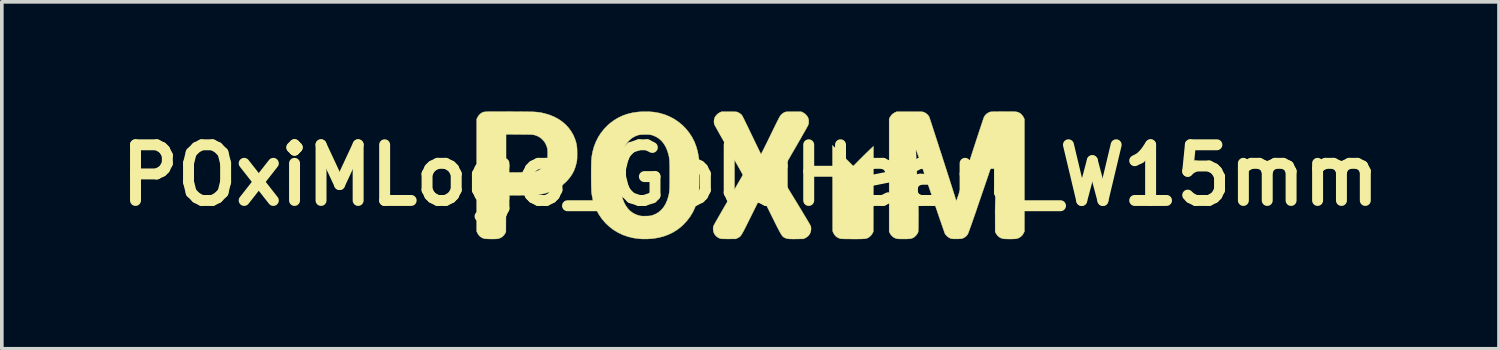
<source format=kicad_pcb>
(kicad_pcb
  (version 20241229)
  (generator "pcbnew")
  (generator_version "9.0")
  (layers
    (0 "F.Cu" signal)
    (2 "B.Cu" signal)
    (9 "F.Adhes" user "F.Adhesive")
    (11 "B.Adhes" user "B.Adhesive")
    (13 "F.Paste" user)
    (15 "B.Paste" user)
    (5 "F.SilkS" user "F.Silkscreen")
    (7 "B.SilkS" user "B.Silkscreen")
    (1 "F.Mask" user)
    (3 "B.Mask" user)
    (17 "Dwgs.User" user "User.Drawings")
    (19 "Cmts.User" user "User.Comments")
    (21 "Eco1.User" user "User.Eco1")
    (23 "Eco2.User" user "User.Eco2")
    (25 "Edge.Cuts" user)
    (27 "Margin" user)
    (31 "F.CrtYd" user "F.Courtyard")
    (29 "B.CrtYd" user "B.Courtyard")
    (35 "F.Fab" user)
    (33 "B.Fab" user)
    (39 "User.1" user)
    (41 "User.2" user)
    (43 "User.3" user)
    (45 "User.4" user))
  (footprint "POxiMLogo_GoldHeart_W15mm"
    (layer "F.Cu")
    (at 17.497 1.749)
    (property "Reference" "POxiMLogo_GoldHeart_W15mm" (at 0 0 0) (layer "F.SilkS") (effects (font (size 1.524 1.524) (thickness 0.3))))
    (attr through_hole)
    (fp_poly (pts (xy 2.626 -1.724) (xy 2.681 -1.699) (xy 2.708 -1.681) (xy 2.742 -1.648) (xy 2.774 -1.606) (xy 2.797 -1.56) (xy 2.807 -1.532) (xy 2.818 -1.49) (xy 2.823 -1.517) (xy 2.841 -1.568) (xy 2.871 -1.619) (xy 2.91 -1.664) (xy 2.956 -1.7) (xy 2.985 -1.717) (xy 3.021 -1.728) (xy 3.066 -1.734) (xy 3.114 -1.735) (xy 3.16 -1.731) (xy 3.2 -1.721) (xy 3.21 -1.717) (xy 3.249 -1.694) (xy 3.288 -1.66) (xy 3.323 -1.622) (xy 3.349 -1.583) (xy 3.351 -1.578) (xy 3.362 -1.553) (xy 3.368 -1.53) (xy 3.371 -1.503) (xy 3.372 -1.471) (xy 3.371 -1.436) (xy 3.366 -1.405) (xy 3.356 -1.374) (xy 3.339 -1.342) (xy 3.316 -1.305) (xy 3.283 -1.259) (xy 3.278 -1.252) (xy 3.264 -1.235) (xy 3.241 -1.209) (xy 3.212 -1.177) (xy 3.177 -1.139) (xy 3.138 -1.098) (xy 3.096 -1.054) (xy 3.053 -1.009) (xy 3.01 -0.965) (xy 2.968 -0.922) (xy 2.929 -0.882) (xy 2.893 -0.847) (xy 2.863 -0.817) (xy 2.839 -0.795) (xy 2.824 -0.781) (xy 2.818 -0.777) (xy 2.811 -0.783) (xy 2.794 -0.797) (xy 2.77 -0.821) (xy 2.739 -0.851) (xy 2.702 -0.887) (xy 2.661 -0.928) (xy 2.626 -0.962) (xy 2.553 -1.037) (xy 2.49 -1.102) (xy 2.437 -1.16) (xy 2.393 -1.21) (xy 2.357 -1.256) (xy 2.328 -1.296) (xy 2.304 -1.333) (xy 2.289 -1.361) (xy 2.274 -1.394) (xy 2.265 -1.419) (xy 2.261 -1.442) (xy 2.26 -1.468) (xy 2.268 -1.529) (xy 2.288 -1.584) (xy 2.319 -1.632) (xy 2.358 -1.672) (xy 2.405 -1.703) (xy 2.457 -1.725) (xy 2.512 -1.736) (xy 2.569 -1.736) (xy 2.626 -1.724)) (stroke (width 0.01) (type solid)) (fill yes) (layer "F.Mask"))
    (fp_poly (pts (xy 2.532 -0.535) (xy 2.816 -0.251) (xy 3.003 -0.439) (xy 3.051 -0.487) (xy 3.101 -0.537) (xy 3.15 -0.585) (xy 3.195 -0.629) (xy 3.235 -0.668) (xy 3.267 -0.699) (xy 3.279 -0.71) (xy 3.369 -0.794) (xy 3.367 0.374) (xy 3.365 1.543) (xy 3.348 1.579) (xy 3.326 1.616) (xy 3.296 1.653) (xy 3.261 1.685) (xy 3.227 1.709) (xy 3.224 1.711) (xy 3.206 1.719) (xy 3.189 1.726) (xy 3.17 1.731) (xy 3.147 1.736) (xy 3.12 1.739) (xy 3.086 1.741) (xy 3.044 1.743) (xy 2.992 1.744) (xy 2.93 1.745) (xy 2.854 1.745) (xy 2.802 1.745) (xy 2.721 1.744) (xy 2.654 1.744) (xy 2.598 1.743) (xy 2.554 1.742) (xy 2.52 1.741) (xy 2.493 1.739) (xy 2.473 1.737) (xy 2.458 1.734) (xy 2.454 1.733) (xy 2.394 1.709) (xy 2.342 1.674) (xy 2.3 1.627) (xy 2.269 1.571) (xy 2.269 1.571) (xy 2.252 1.528) (xy 2.25 0.354) (xy 2.248 -0.819) (xy 2.532 -0.535)) (stroke (width 0.01) (type solid)) (fill yes) (layer "F.SilkS"))
    (fp_poly (pts (xy -6.816 -1.744) (xy -6.713 -1.744) (xy -6.595 -1.743) (xy -6.565 -1.743) (xy -6.443 -1.742) (xy -6.335 -1.742) (xy -6.24 -1.741) (xy -6.156 -1.74) (xy -6.083 -1.739) (xy -6.02 -1.738) (xy -5.965 -1.737) (xy -5.918 -1.735) (xy -5.876 -1.732) (xy -5.84 -1.729) (xy -5.807 -1.726) (xy -5.777 -1.722) (xy -5.748 -1.717) (xy -5.72 -1.712) (xy -5.691 -1.705) (xy -5.66 -1.698) (xy -5.634 -1.692) (xy -5.502 -1.653) (xy -5.378 -1.603) (xy -5.263 -1.542) (xy -5.158 -1.471) (xy -5.063 -1.39) (xy -4.979 -1.3) (xy -4.907 -1.201) (xy -4.846 -1.095) (xy -4.802 -0.988) (xy -4.784 -0.934) (xy -4.77 -0.884) (xy -4.759 -0.835) (xy -4.752 -0.785) (xy -4.747 -0.729) (xy -4.745 -0.665) (xy -4.744 -0.594) (xy -4.745 -0.535) (xy -4.745 -0.489) (xy -4.747 -0.452) (xy -4.749 -0.421) (xy -4.752 -0.394) (xy -4.757 -0.367) (xy -4.761 -0.345) (xy -4.792 -0.231) (xy -4.83 -0.128) (xy -4.88 -0.033) (xy -4.94 0.057) (xy -5.014 0.144) (xy -5.045 0.176) (xy -5.134 0.257) (xy -5.23 0.328) (xy -5.333 0.388) (xy -5.445 0.439) (xy -5.567 0.48) (xy -5.7 0.513) (xy -5.8 0.531) (xy -5.821 0.534) (xy -5.847 0.536) (xy -5.877 0.538) (xy -5.914 0.54) (xy -5.959 0.542) (xy -6.013 0.543) (xy -6.077 0.544) (xy -6.153 0.545) (xy -6.243 0.546) (xy -6.285 0.547) (xy -6.691 0.55) (xy -6.693 1.05) (xy -6.695 1.551) (xy -6.716 1.592) (xy -6.753 1.646) (xy -6.8 1.689) (xy -6.856 1.72) (xy -6.914 1.738) (xy -6.938 1.741) (xy -6.974 1.743) (xy -7.018 1.744) (xy -7.067 1.745) (xy -7.119 1.744) (xy -7.169 1.743) (xy -7.215 1.741) (xy -7.253 1.739) (xy -7.281 1.736) (xy -7.289 1.734) (xy -7.349 1.712) (xy -7.402 1.677) (xy -7.445 1.631) (xy -7.473 1.583) (xy -7.495 1.536) (xy -7.495 -0.075) (xy -6.691 -0.075) (xy -6.32 -0.078) (xy -6.234 -0.079) (xy -6.163 -0.079) (xy -6.104 -0.08) (xy -6.056 -0.081) (xy -6.017 -0.082) (xy -5.987 -0.083) (xy -5.962 -0.084) (xy -5.943 -0.086) (xy -5.927 -0.089) (xy -5.914 -0.092) (xy -5.901 -0.095) (xy -5.891 -0.098) (xy -5.81 -0.13) (xy -5.738 -0.174) (xy -5.677 -0.228) (xy -5.627 -0.293) (xy -5.587 -0.369) (xy -5.574 -0.406) (xy -5.565 -0.432) (xy -5.56 -0.455) (xy -5.556 -0.478) (xy -5.554 -0.506) (xy -5.553 -0.542) (xy -5.552 -0.587) (xy -5.553 -0.648) (xy -5.556 -0.698) (xy -5.562 -0.74) (xy -5.573 -0.779) (xy -5.588 -0.819) (xy -5.607 -0.861) (xy -5.631 -0.903) (xy -5.662 -0.943) (xy -5.693 -0.976) (xy -5.743 -1.021) (xy -5.794 -1.056) (xy -5.852 -1.082) (xy -5.899 -1.098) (xy -5.912 -1.102) (xy -5.925 -1.106) (xy -5.94 -1.108) (xy -5.957 -1.111) (xy -5.978 -1.112) (xy -6.004 -1.114) (xy -6.038 -1.115) (xy -6.08 -1.116) (xy -6.132 -1.117) (xy -6.196 -1.117) (xy -6.272 -1.118) (xy -6.323 -1.118) (xy -6.691 -1.121) (xy -6.691 -0.075) (xy -7.495 -0.075) (xy -7.495 -1.536) (xy -7.473 -1.583) (xy -7.445 -1.629) (xy -7.407 -1.672) (xy -7.364 -1.705) (xy -7.349 -1.713) (xy -7.338 -1.719) (xy -7.326 -1.724) (xy -7.314 -1.728) (xy -7.299 -1.732) (xy -7.281 -1.735) (xy -7.259 -1.738) (xy -7.232 -1.74) (xy -7.199 -1.741) (xy -7.158 -1.743) (xy -7.11 -1.744) (xy -7.053 -1.744) (xy -6.985 -1.744) (xy -6.907 -1.744) (xy -6.816 -1.744)) (stroke (width 0.01) (type solid)) (fill yes) (layer "F.SilkS"))
    (fp_poly (pts (xy -2.789 -1.742) (xy -2.635 -1.729) (xy -2.488 -1.702) (xy -2.347 -1.661) (xy -2.214 -1.607) (xy -2.087 -1.54) (xy -1.969 -1.46) (xy -1.858 -1.368) (xy -1.77 -1.278) (xy -1.678 -1.165) (xy -1.599 -1.045) (xy -1.533 -0.916) (xy -1.481 -0.78) (xy -1.442 -0.637) (xy -1.416 -0.487) (xy -1.41 -0.439) (xy -1.408 -0.41) (xy -1.407 -0.367) (xy -1.405 -0.314) (xy -1.404 -0.251) (xy -1.403 -0.182) (xy -1.403 -0.107) (xy -1.402 -0.03) (xy -1.402 0.048) (xy -1.403 0.125) (xy -1.403 0.199) (xy -1.404 0.267) (xy -1.406 0.327) (xy -1.407 0.378) (xy -1.409 0.418) (xy -1.41 0.439) (xy -1.432 0.593) (xy -1.467 0.739) (xy -1.515 0.877) (xy -1.576 1.008) (xy -1.65 1.131) (xy -1.738 1.246) (xy -1.838 1.354) (xy -1.896 1.407) (xy -2.003 1.491) (xy -2.12 1.563) (xy -2.246 1.624) (xy -2.379 1.673) (xy -2.52 1.709) (xy -2.667 1.733) (xy -2.82 1.744) (xy -2.977 1.743) (xy -3.064 1.736) (xy -3.212 1.715) (xy -3.355 1.68) (xy -3.492 1.632) (xy -3.622 1.571) (xy -3.744 1.497) (xy -3.858 1.411) (xy -3.962 1.314) (xy -4.057 1.205) (xy -4.069 1.189) (xy -4.151 1.069) (xy -4.219 0.942) (xy -4.274 0.808) (xy -4.316 0.666) (xy -4.344 0.517) (xy -4.348 0.493) (xy -4.351 0.46) (xy -4.353 0.414) (xy -4.355 0.357) (xy -4.357 0.29) (xy -4.359 0.217) (xy -4.359 0.137) (xy -4.36 0.055) (xy -4.36 0.019) (xy -3.558 0.019) (xy -3.558 0.122) (xy -3.557 0.213) (xy -3.554 0.293) (xy -3.55 0.363) (xy -3.545 0.424) (xy -3.538 0.478) (xy -3.53 0.525) (xy -3.525 0.549) (xy -3.494 0.658) (xy -3.454 0.756) (xy -3.405 0.844) (xy -3.348 0.921) (xy -3.282 0.986) (xy -3.209 1.038) (xy -3.128 1.078) (xy -3.071 1.097) (xy -3.039 1.105) (xy -3.014 1.111) (xy -2.992 1.115) (xy -2.969 1.117) (xy -2.942 1.118) (xy -2.907 1.118) (xy -2.861 1.117) (xy -2.858 1.117) (xy -2.811 1.116) (xy -2.776 1.114) (xy -2.749 1.112) (xy -2.724 1.107) (xy -2.7 1.101) (xy -2.672 1.092) (xy -2.666 1.09) (xy -2.581 1.054) (xy -2.503 1.004) (xy -2.434 0.943) (xy -2.373 0.869) (xy -2.321 0.783) (xy -2.278 0.686) (xy -2.245 0.578) (xy -2.245 0.577) (xy -2.237 0.546) (xy -2.231 0.516) (xy -2.225 0.485) (xy -2.221 0.452) (xy -2.218 0.415) (xy -2.215 0.372) (xy -2.213 0.323) (xy -2.212 0.265) (xy -2.211 0.197) (xy -2.21 0.117) (xy -2.21 0.024) (xy -2.21 0) (xy -2.21 -0.096) (xy -2.211 -0.179) (xy -2.211 -0.25) (xy -2.213 -0.31) (xy -2.214 -0.361) (xy -2.217 -0.405) (xy -2.22 -0.443) (xy -2.224 -0.477) (xy -2.229 -0.509) (xy -2.235 -0.539) (xy -2.243 -0.569) (xy -2.244 -0.576) (xy -2.278 -0.684) (xy -2.321 -0.782) (xy -2.373 -0.867) (xy -2.434 -0.942) (xy -2.504 -1.004) (xy -2.582 -1.054) (xy -2.668 -1.091) (xy -2.694 -1.099) (xy -2.719 -1.106) (xy -2.743 -1.11) (xy -2.768 -1.113) (xy -2.798 -1.115) (xy -2.838 -1.116) (xy -2.884 -1.116) (xy -2.946 -1.115) (xy -2.996 -1.113) (xy -3.038 -1.107) (xy -3.075 -1.099) (xy -3.112 -1.087) (xy -3.152 -1.07) (xy -3.166 -1.064) (xy -3.241 -1.02) (xy -3.31 -0.964) (xy -3.372 -0.895) (xy -3.426 -0.815) (xy -3.471 -0.725) (xy -3.502 -0.644) (xy -3.514 -0.606) (xy -3.523 -0.569) (xy -3.532 -0.532) (xy -3.538 -0.493) (xy -3.544 -0.45) (xy -3.548 -0.401) (xy -3.551 -0.345) (xy -3.553 -0.279) (xy -3.555 -0.201) (xy -3.557 -0.111) (xy -3.557 -0.099) (xy -3.558 0.019) (xy -4.36 0.019) (xy -4.36 -0.029) (xy -4.36 -0.111) (xy -4.359 -0.192) (xy -4.358 -0.267) (xy -4.356 -0.336) (xy -4.354 -0.397) (xy -4.351 -0.447) (xy -4.348 -0.484) (xy -4.347 -0.493) (xy -4.321 -0.642) (xy -4.281 -0.785) (xy -4.228 -0.921) (xy -4.163 -1.049) (xy -4.085 -1.168) (xy -3.995 -1.279) (xy -3.894 -1.38) (xy -3.839 -1.428) (xy -3.728 -1.509) (xy -3.613 -1.578) (xy -3.493 -1.634) (xy -3.366 -1.678) (xy -3.231 -1.711) (xy -3.088 -1.732) (xy -2.949 -1.742) (xy -2.789 -1.742)) (stroke (width 0.01) (type solid)) (fill yes) (layer "F.SilkS"))
    (fp_poly (pts (xy 1.434 -1.721) (xy 1.488 -1.688) (xy 1.533 -1.646) (xy 1.568 -1.596) (xy 1.575 -1.583) (xy 1.586 -1.556) (xy 1.593 -1.531) (xy 1.596 -1.504) (xy 1.597 -1.471) (xy 1.596 -1.436) (xy 1.593 -1.41) (xy 1.586 -1.387) (xy 1.575 -1.36) (xy 1.573 -1.356) (xy 1.566 -1.343) (xy 1.551 -1.317) (xy 1.531 -1.28) (xy 1.504 -1.233) (xy 1.472 -1.176) (xy 1.435 -1.112) (xy 1.394 -1.04) (xy 1.349 -0.961) (xy 1.301 -0.878) (xy 1.25 -0.79) (xy 1.197 -0.698) (xy 1.175 -0.661) (xy 0.802 -0.014) (xy 1.223 0.674) (xy 1.29 0.784) (xy 1.352 0.886) (xy 1.41 0.982) (xy 1.462 1.069) (xy 1.509 1.147) (xy 1.55 1.215) (xy 1.585 1.274) (xy 1.613 1.322) (xy 1.634 1.359) (xy 1.647 1.384) (xy 1.653 1.397) (xy 1.653 1.397) (xy 1.659 1.43) (xy 1.66 1.471) (xy 1.66 1.489) (xy 1.649 1.553) (xy 1.624 1.609) (xy 1.587 1.658) (xy 1.537 1.698) (xy 1.501 1.718) (xy 1.452 1.741) (xy 1.258 1.744) (xy 1.185 1.745) (xy 1.126 1.744) (xy 1.078 1.743) (xy 1.039 1.74) (xy 1.007 1.735) (xy 0.981 1.728) (xy 0.958 1.72) (xy 0.936 1.709) (xy 0.924 1.703) (xy 0.913 1.696) (xy 0.902 1.689) (xy 0.892 1.68) (xy 0.881 1.669) (xy 0.869 1.655) (xy 0.856 1.637) (xy 0.842 1.614) (xy 0.825 1.587) (xy 0.806 1.553) (xy 0.785 1.513) (xy 0.76 1.466) (xy 0.731 1.41) (xy 0.698 1.345) (xy 0.661 1.271) (xy 0.619 1.186) (xy 0.571 1.09) (xy 0.518 0.982) (xy 0.459 0.862) (xy 0.432 0.808) (xy 0.303 0.545) (xy 0.034 1.086) (xy -0.017 1.189) (xy -0.062 1.279) (xy -0.101 1.358) (xy -0.135 1.425) (xy -0.164 1.482) (xy -0.19 1.531) (xy -0.212 1.571) (xy -0.231 1.604) (xy -0.247 1.63) (xy -0.262 1.652) (xy -0.276 1.668) (xy -0.289 1.681) (xy -0.302 1.691) (xy -0.315 1.7) (xy -0.329 1.707) (xy -0.345 1.715) (xy -0.351 1.718) (xy -0.4 1.741) (xy -0.587 1.743) (xy -0.641 1.743) (xy -0.691 1.742) (xy -0.736 1.742) (xy -0.772 1.74) (xy -0.798 1.739) (xy -0.807 1.737) (xy -0.864 1.718) (xy -0.916 1.686) (xy -0.96 1.643) (xy -0.994 1.591) (xy -0.996 1.587) (xy -1.012 1.541) (xy -1.02 1.489) (xy -1.02 1.437) (xy -1.011 1.391) (xy -1.008 1.383) (xy -1.002 1.371) (xy -0.989 1.347) (xy -0.969 1.312) (xy -0.944 1.266) (xy -0.912 1.211) (xy -0.876 1.148) (xy -0.835 1.077) (xy -0.791 0.999) (xy -0.743 0.916) (xy -0.692 0.828) (xy -0.638 0.736) (xy -0.602 0.674) (xy -0.548 0.581) (xy -0.496 0.492) (xy -0.447 0.407) (xy -0.4 0.327) (xy -0.358 0.254) (xy -0.32 0.188) (xy -0.286 0.13) (xy -0.258 0.081) (xy -0.235 0.041) (xy -0.219 0.013) (xy -0.21 -0.004) (xy -0.208 -0.009) (xy -0.211 -0.017) (xy -0.221 -0.038) (xy -0.239 -0.07) (xy -0.262 -0.113) (xy -0.292 -0.166) (xy -0.326 -0.227) (xy -0.366 -0.297) (xy -0.41 -0.375) (xy -0.458 -0.459) (xy -0.509 -0.549) (xy -0.564 -0.644) (xy -0.59 -0.688) (xy -0.644 -0.782) (xy -0.695 -0.872) (xy -0.745 -0.959) (xy -0.791 -1.04) (xy -0.834 -1.115) (xy -0.873 -1.184) (xy -0.906 -1.244) (xy -0.935 -1.296) (xy -0.958 -1.338) (xy -0.975 -1.369) (xy -0.985 -1.389) (xy -0.988 -1.395) (xy -0.996 -1.438) (xy -0.997 -1.488) (xy -0.99 -1.537) (xy -0.977 -1.579) (xy -0.952 -1.621) (xy -0.916 -1.662) (xy -0.875 -1.697) (xy -0.836 -1.719) (xy -0.789 -1.741) (xy -0.587 -1.741) (xy -0.524 -1.741) (xy -0.474 -1.741) (xy -0.436 -1.74) (xy -0.407 -1.738) (xy -0.385 -1.736) (xy -0.369 -1.733) (xy -0.356 -1.73) (xy -0.352 -1.728) (xy -0.309 -1.707) (xy -0.269 -1.679) (xy -0.237 -1.648) (xy -0.23 -1.639) (xy -0.223 -1.627) (xy -0.21 -1.603) (xy -0.192 -1.568) (xy -0.169 -1.522) (xy -0.142 -1.467) (xy -0.111 -1.404) (xy -0.077 -1.334) (xy -0.04 -1.258) (xy -0.002 -1.178) (xy 0.038 -1.096) (xy 0.077 -1.014) (xy 0.115 -0.935) (xy 0.151 -0.861) (xy 0.184 -0.793) (xy 0.213 -0.733) (xy 0.238 -0.681) (xy 0.259 -0.638) (xy 0.275 -0.606) (xy 0.285 -0.585) (xy 0.289 -0.577) (xy 0.289 -0.577) (xy 0.293 -0.583) (xy 0.304 -0.601) (xy 0.319 -0.631) (xy 0.34 -0.672) (xy 0.366 -0.722) (xy 0.395 -0.781) (xy 0.428 -0.847) (xy 0.464 -0.92) (xy 0.502 -0.998) (xy 0.543 -1.081) (xy 0.549 -1.095) (xy 0.597 -1.192) (xy 0.638 -1.277) (xy 0.674 -1.35) (xy 0.704 -1.412) (xy 0.731 -1.465) (xy 0.753 -1.508) (xy 0.771 -1.544) (xy 0.786 -1.573) (xy 0.799 -1.597) (xy 0.81 -1.615) (xy 0.82 -1.629) (xy 0.828 -1.641) (xy 0.836 -1.651) (xy 0.845 -1.659) (xy 0.847 -1.662) (xy 0.889 -1.698) (xy 0.932 -1.722) (xy 0.935 -1.723) (xy 0.949 -1.729) (xy 0.962 -1.733) (xy 0.976 -1.736) (xy 0.995 -1.738) (xy 1.018 -1.74) (xy 1.05 -1.741) (xy 1.091 -1.741) (xy 1.143 -1.741) (xy 1.185 -1.741) (xy 1.391 -1.741) (xy 1.434 -1.721)) (stroke (width 0.01) (type solid)) (fill yes) (layer "F.SilkS"))
    (fp_poly (pts (xy 7.132 -1.744) (xy 7.183 -1.743) (xy 7.225 -1.742) (xy 7.259 -1.739) (xy 7.286 -1.736) (xy 7.308 -1.731) (xy 7.327 -1.726) (xy 7.344 -1.719) (xy 7.357 -1.713) (xy 7.401 -1.684) (xy 7.441 -1.644) (xy 7.473 -1.598) (xy 7.481 -1.583) (xy 7.503 -1.536) (xy 7.503 1.536) (xy 7.481 1.583) (xy 7.448 1.637) (xy 7.403 1.682) (xy 7.35 1.715) (xy 7.29 1.736) (xy 7.287 1.737) (xy 7.264 1.74) (xy 7.229 1.742) (xy 7.185 1.744) (xy 7.136 1.745) (xy 7.085 1.745) (xy 7.035 1.744) (xy 6.989 1.743) (xy 6.951 1.741) (xy 6.925 1.738) (xy 6.921 1.738) (xy 6.859 1.719) (xy 6.804 1.686) (xy 6.758 1.642) (xy 6.724 1.592) (xy 6.702 1.551) (xy 6.701 1.166) (xy 6.701 1.101) (xy 6.7 1.041) (xy 6.7 0.986) (xy 6.701 0.934) (xy 6.701 0.884) (xy 6.702 0.834) (xy 6.703 0.782) (xy 6.705 0.728) (xy 6.707 0.67) (xy 6.709 0.607) (xy 6.712 0.536) (xy 6.715 0.458) (xy 6.72 0.37) (xy 6.724 0.27) (xy 6.73 0.158) (xy 6.736 0.038) (xy 6.741 -0.067) (xy 6.746 -0.168) (xy 6.75 -0.263) (xy 6.754 -0.352) (xy 6.757 -0.434) (xy 6.76 -0.507) (xy 6.763 -0.571) (xy 6.765 -0.624) (xy 6.766 -0.666) (xy 6.767 -0.695) (xy 6.767 -0.71) (xy 6.766 -0.712) (xy 6.76 -0.711) (xy 6.752 -0.698) (xy 6.752 -0.697) (xy 6.748 -0.687) (xy 6.74 -0.664) (xy 6.728 -0.628) (xy 6.712 -0.58) (xy 6.691 -0.52) (xy 6.667 -0.451) (xy 6.64 -0.371) (xy 6.61 -0.283) (xy 6.577 -0.186) (xy 6.541 -0.083) (xy 6.504 0.028) (xy 6.464 0.144) (xy 6.423 0.265) (xy 6.38 0.39) (xy 6.358 0.453) (xy 6.304 0.612) (xy 6.254 0.757) (xy 6.209 0.889) (xy 6.169 1.008) (xy 6.132 1.114) (xy 6.099 1.209) (xy 6.07 1.292) (xy 6.044 1.365) (xy 6.022 1.427) (xy 6.003 1.48) (xy 5.987 1.524) (xy 5.974 1.559) (xy 5.964 1.586) (xy 5.955 1.605) (xy 5.949 1.618) (xy 5.947 1.621) (xy 5.91 1.666) (xy 5.863 1.702) (xy 5.811 1.728) (xy 5.793 1.733) (xy 5.773 1.737) (xy 5.747 1.739) (xy 5.712 1.741) (xy 5.666 1.741) (xy 5.639 1.741) (xy 5.591 1.741) (xy 5.555 1.741) (xy 5.529 1.74) (xy 5.509 1.737) (xy 5.493 1.733) (xy 5.477 1.728) (xy 5.46 1.72) (xy 5.459 1.719) (xy 5.422 1.698) (xy 5.385 1.668) (xy 5.352 1.635) (xy 5.328 1.602) (xy 5.325 1.596) (xy 5.322 1.586) (xy 5.313 1.563) (xy 5.301 1.527) (xy 5.284 1.479) (xy 5.263 1.419) (xy 5.239 1.35) (xy 5.212 1.27) (xy 5.181 1.182) (xy 5.148 1.085) (xy 5.113 0.981) (xy 5.075 0.871) (xy 5.036 0.755) (xy 4.994 0.634) (xy 4.952 0.509) (xy 4.93 0.446) (xy 4.887 0.319) (xy 4.846 0.197) (xy 4.805 0.079) (xy 4.767 -0.034) (xy 4.731 -0.14) (xy 4.697 -0.239) (xy 4.665 -0.331) (xy 4.637 -0.413) (xy 4.612 -0.487) (xy 4.59 -0.55) (xy 4.572 -0.603) (xy 4.557 -0.644) (xy 4.547 -0.672) (xy 4.542 -0.687) (xy 4.541 -0.689) (xy 4.533 -0.693) (xy 4.531 -0.693) (xy 4.531 -0.685) (xy 4.531 -0.663) (xy 4.533 -0.627) (xy 4.535 -0.58) (xy 4.537 -0.521) (xy 4.54 -0.452) (xy 4.544 -0.374) (xy 4.547 -0.288) (xy 4.552 -0.195) (xy 4.557 -0.096) (xy 4.562 0.008) (xy 4.565 0.084) (xy 4.572 0.212) (xy 4.577 0.326) (xy 4.582 0.428) (xy 4.586 0.518) (xy 4.59 0.599) (xy 4.593 0.67) (xy 4.595 0.735) (xy 4.597 0.793) (xy 4.599 0.847) (xy 4.6 0.897) (xy 4.601 0.945) (xy 4.601 0.993) (xy 4.602 1.041) (xy 4.602 1.09) (xy 4.602 1.143) (xy 4.601 1.2) (xy 4.601 1.282) (xy 4.6 1.349) (xy 4.6 1.404) (xy 4.599 1.449) (xy 4.598 1.483) (xy 4.597 1.51) (xy 4.595 1.531) (xy 4.593 1.546) (xy 4.591 1.558) (xy 4.588 1.567) (xy 4.584 1.576) (xy 4.582 1.579) (xy 4.56 1.616) (xy 4.53 1.653) (xy 4.496 1.685) (xy 4.462 1.709) (xy 4.458 1.711) (xy 4.429 1.723) (xy 4.396 1.734) (xy 4.383 1.737) (xy 4.362 1.739) (xy 4.328 1.741) (xy 4.286 1.743) (xy 4.238 1.744) (xy 4.187 1.744) (xy 4.137 1.744) (xy 4.091 1.743) (xy 4.051 1.741) (xy 4.022 1.739) (xy 4.011 1.737) (xy 3.957 1.719) (xy 3.906 1.689) (xy 3.861 1.648) (xy 3.827 1.601) (xy 3.819 1.585) (xy 3.799 1.543) (xy 3.799 -1.543) (xy 3.819 -1.585) (xy 3.851 -1.636) (xy 3.895 -1.68) (xy 3.949 -1.715) (xy 3.955 -1.718) (xy 4.005 -1.741) (xy 4.359 -1.741) (xy 4.442 -1.741) (xy 4.511 -1.741) (xy 4.567 -1.741) (xy 4.613 -1.741) (xy 4.649 -1.74) (xy 4.677 -1.739) (xy 4.699 -1.738) (xy 4.715 -1.736) (xy 4.728 -1.733) (xy 4.739 -1.73) (xy 4.749 -1.727) (xy 4.757 -1.724) (xy 4.803 -1.699) (xy 4.845 -1.665) (xy 4.879 -1.626) (xy 4.896 -1.598) (xy 4.899 -1.588) (xy 4.907 -1.564) (xy 4.919 -1.528) (xy 4.935 -1.481) (xy 4.954 -1.423) (xy 4.976 -1.355) (xy 5.001 -1.278) (xy 5.028 -1.194) (xy 5.058 -1.103) (xy 5.089 -1.006) (xy 5.122 -0.904) (xy 5.156 -0.799) (xy 5.191 -0.69) (xy 5.227 -0.58) (xy 5.263 -0.468) (xy 5.299 -0.356) (xy 5.335 -0.245) (xy 5.37 -0.136) (xy 5.404 -0.029) (xy 5.437 0.073) (xy 5.468 0.171) (xy 5.498 0.264) (xy 5.525 0.35) (xy 5.55 0.428) (xy 5.572 0.498) (xy 5.592 0.559) (xy 5.607 0.609) (xy 5.619 0.648) (xy 5.628 0.675) (xy 5.631 0.688) (xy 5.632 0.69) (xy 5.638 0.693) (xy 5.641 0.693) (xy 5.645 0.686) (xy 5.653 0.665) (xy 5.665 0.63) (xy 5.682 0.581) (xy 5.703 0.52) (xy 5.728 0.446) (xy 5.756 0.36) (xy 5.789 0.261) (xy 5.825 0.152) (xy 5.864 0.031) (xy 5.907 -0.1) (xy 5.953 -0.242) (xy 6.002 -0.393) (xy 6.012 -0.425) (xy 6.053 -0.552) (xy 6.093 -0.676) (xy 6.132 -0.795) (xy 6.169 -0.909) (xy 6.204 -1.017) (xy 6.238 -1.119) (xy 6.268 -1.213) (xy 6.297 -1.298) (xy 6.322 -1.374) (xy 6.344 -1.44) (xy 6.362 -1.495) (xy 6.377 -1.539) (xy 6.388 -1.57) (xy 6.394 -1.587) (xy 6.395 -1.59) (xy 6.426 -1.64) (xy 6.468 -1.682) (xy 6.518 -1.715) (xy 6.537 -1.724) (xy 6.548 -1.728) (xy 6.559 -1.732) (xy 6.571 -1.734) (xy 6.585 -1.737) (xy 6.605 -1.738) (xy 6.63 -1.74) (xy 6.662 -1.741) (xy 6.704 -1.742) (xy 6.756 -1.742) (xy 6.82 -1.743) (xy 6.897 -1.744) (xy 6.908 -1.744) (xy 6.996 -1.744) (xy 7.07 -1.744) (xy 7.132 -1.744)) (stroke (width 0.01) (type solid)) (fill yes) (layer "F.SilkS")))
  (gr_rect
    (start -3 -3)
    (end 37.994 6.499)
    (stroke (width 0.1) (type default))
    (fill no)
    (layer "Edge.Cuts")))
</source>
